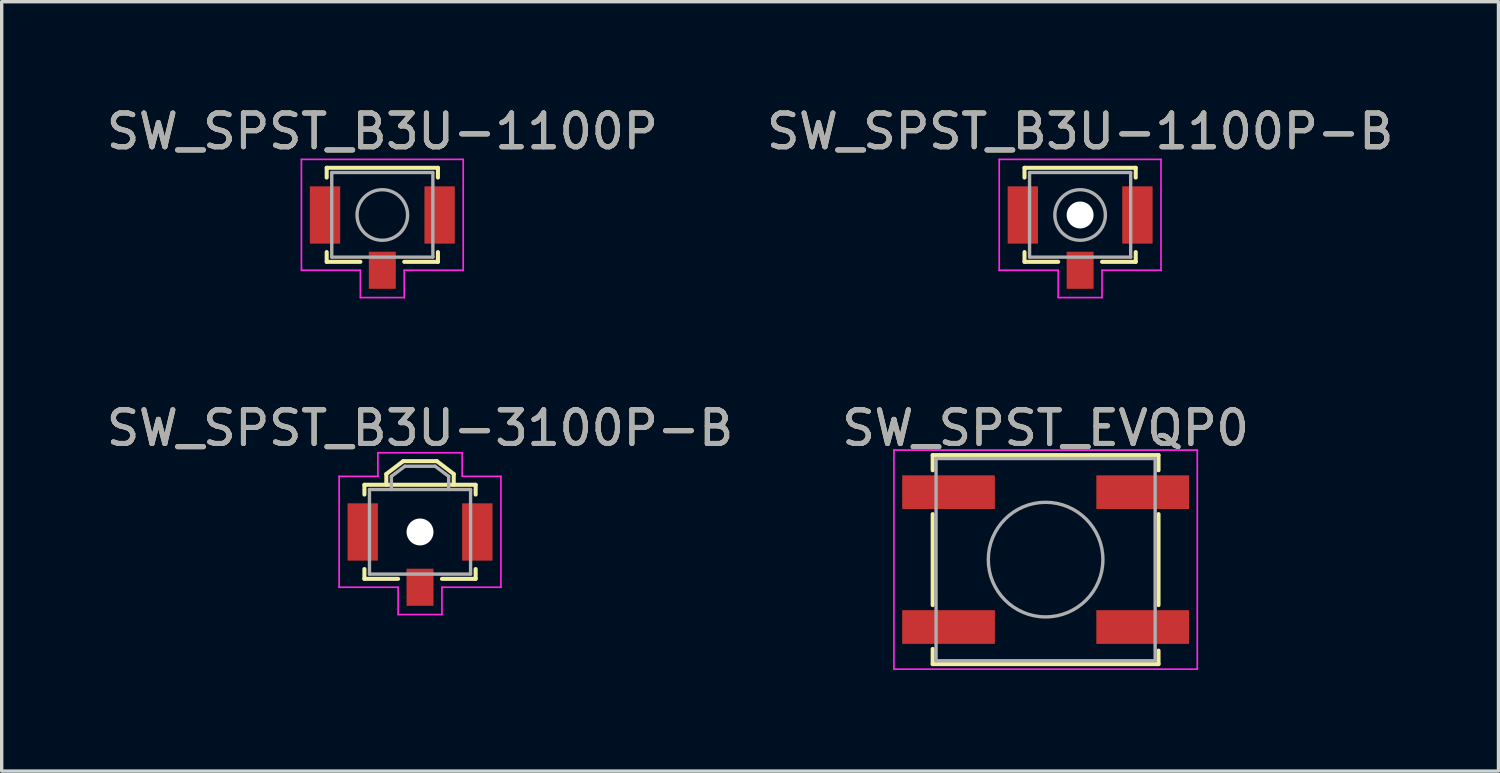
<source format=kicad_pcb>
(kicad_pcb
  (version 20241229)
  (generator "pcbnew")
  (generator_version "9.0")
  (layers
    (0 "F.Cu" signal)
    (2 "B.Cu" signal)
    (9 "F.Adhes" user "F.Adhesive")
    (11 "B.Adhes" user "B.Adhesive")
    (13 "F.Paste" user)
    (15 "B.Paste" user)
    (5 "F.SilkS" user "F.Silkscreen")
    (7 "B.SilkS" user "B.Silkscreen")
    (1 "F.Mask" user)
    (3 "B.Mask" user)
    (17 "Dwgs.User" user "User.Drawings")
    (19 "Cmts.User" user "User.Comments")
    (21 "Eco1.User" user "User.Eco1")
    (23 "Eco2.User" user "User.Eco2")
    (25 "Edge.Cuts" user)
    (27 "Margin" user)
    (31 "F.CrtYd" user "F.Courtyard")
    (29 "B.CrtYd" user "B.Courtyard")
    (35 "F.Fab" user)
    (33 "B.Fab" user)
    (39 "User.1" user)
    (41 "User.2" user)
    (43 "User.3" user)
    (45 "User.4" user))
  (footprint "SW_SPST_EVQP0"
    (layer "F.Cu")
    (at 27.97 13.552)
    (property "Reference" "SW_SPST_EVQP0" (at 0 -3.9 0) (layer "F.SilkS") (effects (font (size 1 1) (thickness 0.15))))
    (attr smd)
    (fp_line (start -3.35 -3.1) (end 3.35 -3.1) (stroke (width 0.12) (type solid)) (layer "F.SilkS"))
    (fp_line (start -3.35 -2.65) (end -3.35 -3.1) (stroke (width 0.12) (type solid)) (layer "F.SilkS"))
    (fp_line (start -3.35 1.35) (end -3.35 -1.35) (stroke (width 0.12) (type solid)) (layer "F.SilkS"))
    (fp_line (start -3.35 2.65) (end -3.35 3.1) (stroke (width 0.12) (type solid)) (layer "F.SilkS"))
    (fp_line (start -3.35 3.1) (end 3.35 3.1) (stroke (width 0.12) (type solid)) (layer "F.SilkS"))
    (fp_line (start 3.35 -3.1) (end 3.35 -2.65) (stroke (width 0.12) (type solid)) (layer "F.SilkS"))
    (fp_line (start 3.35 -1.35) (end 3.35 1.35) (stroke (width 0.12) (type solid)) (layer "F.SilkS"))
    (fp_line (start 3.35 3.1) (end 3.35 2.7) (stroke (width 0.12) (type solid)) (layer "F.SilkS"))
    (fp_line (start -4.5 -3.25) (end 4.5 -3.25) (stroke (width 0.05) (type solid)) (layer "F.CrtYd"))
    (fp_line (start -4.5 3.25) (end -4.5 -3.25) (stroke (width 0.05) (type solid)) (layer "F.CrtYd"))
    (fp_line (start 4.5 -3.25) (end 4.5 3.25) (stroke (width 0.05) (type solid)) (layer "F.CrtYd"))
    (fp_line (start 4.5 3.25) (end -4.5 3.25) (stroke (width 0.05) (type solid)) (layer "F.CrtYd"))
    (fp_line (start -3.25 -3) (end 3.25 -3) (stroke (width 0.1) (type solid)) (layer "F.Fab"))
    (fp_line (start -3.25 3) (end -3.25 -3) (stroke (width 0.1) (type solid)) (layer "F.Fab"))
    (fp_line (start 3.25 -3) (end 3.25 3) (stroke (width 0.1) (type solid)) (layer "F.Fab"))
    (fp_line (start 3.25 3) (end -3.25 3) (stroke (width 0.1) (type solid)) (layer "F.Fab"))
    (fp_circle (center 0 0) (end 1.7 0) (stroke (width 0.1) (type solid)) (fill no) (layer "F.Fab"))
    (fp_text user "${REFERENCE}" (at 0 -3.9 0) (layer "F.Fab") (effects (font (size 1 1) (thickness 0.15))))
    (pad "1" smd rect (at -2.88 -2) (size 2.75 1) (layers "F.Cu" "F.Mask" "F.Paste"))
    (pad "1" smd rect (at 2.88 -2) (size 2.75 1) (layers "F.Cu" "F.Mask" "F.Paste"))
    (pad "2" smd rect (at -2.88 2) (size 2.75 1) (layers "F.Cu" "F.Mask" "F.Paste"))
    (pad "2" smd rect (at 2.88 2) (size 2.75 1) (layers "F.Cu" "F.Mask" "F.Paste")))
  (footprint "SW_SPST_B3U-1100P-B"
    (layer "F.Cu")
    (at 28.994 4.148)
    (property "Reference" "SW_SPST_B3U-1100P-B" (at 0 -3.3 0) (layer "F.SilkS") (effects (font (size 1 1) (thickness 0.15))))
    (attr smd)
    (fp_line (start -1.65 -2.22) (end 1.65 -2.22) (stroke (width 0.12) (type solid)) (layer "F.SilkS"))
    (fp_line (start -1.65 -1.93) (end -1.65 -2.22) (stroke (width 0.12) (type solid)) (layer "F.SilkS"))
    (fp_line (start -1.65 0.28) (end -1.65 0.57) (stroke (width 0.12) (type solid)) (layer "F.SilkS"))
    (fp_line (start -1.65 0.57) (end -0.65 0.57) (stroke (width 0.12) (type solid)) (layer "F.SilkS"))
    (fp_line (start 1.65 -2.22) (end 1.65 -1.93) (stroke (width 0.12) (type solid)) (layer "F.SilkS"))
    (fp_line (start 1.65 0.57) (end 0.65 0.57) (stroke (width 0.12) (type solid)) (layer "F.SilkS"))
    (fp_line (start 1.65 0.57) (end 1.65 0.28) (stroke (width 0.12) (type solid)) (layer "F.SilkS"))
    (fp_line (start -2.4 -2.47) (end -2.4 0.82) (stroke (width 0.05) (type solid)) (layer "F.CrtYd"))
    (fp_line (start -2.4 0.82) (end -0.65 0.82) (stroke (width 0.05) (type solid)) (layer "F.CrtYd"))
    (fp_line (start -0.65 0.82) (end -0.65 1.63) (stroke (width 0.05) (type solid)) (layer "F.CrtYd"))
    (fp_line (start -0.65 1.63) (end 0.65 1.63) (stroke (width 0.05) (type solid)) (layer "F.CrtYd"))
    (fp_line (start 0.65 0.82) (end 2.4 0.82) (stroke (width 0.05) (type solid)) (layer "F.CrtYd"))
    (fp_line (start 0.65 1.63) (end 0.65 0.82) (stroke (width 0.05) (type solid)) (layer "F.CrtYd"))
    (fp_line (start 2.4 -2.47) (end -2.4 -2.47) (stroke (width 0.05) (type solid)) (layer "F.CrtYd"))
    (fp_line (start 2.4 0.82) (end 2.4 -2.47) (stroke (width 0.05) (type solid)) (layer "F.CrtYd"))
    (fp_line (start -1.5 -2.08) (end 1.5 -2.08) (stroke (width 0.1) (type solid)) (layer "F.Fab"))
    (fp_line (start -1.5 0.43) (end -1.5 -2.08) (stroke (width 0.1) (type solid)) (layer "F.Fab"))
    (fp_line (start 1.5 -2.08) (end 1.5 0.43) (stroke (width 0.1) (type solid)) (layer "F.Fab"))
    (fp_line (start 1.5 0.43) (end -1.5 0.43) (stroke (width 0.1) (type solid)) (layer "F.Fab"))
    (fp_circle (center 0 -0.82) (end 0.75 -0.82) (stroke (width 0.1) (type solid)) (fill no) (layer "F.Fab"))
    (fp_text user "${REFERENCE}" (at 0 -3.3 0) (layer "F.Fab") (effects (font (size 1 1) (thickness 0.15))))
    (pad "" np_thru_hole circle (at 0 -0.82) (size 0.8 0.8) (drill 0.8) (layers "*.Cu" "*.Mask"))
    (pad "1" smd rect (at -1.7 -0.82) (size 0.9 1.7) (layers "F.Cu" "F.Mask" "F.Paste"))
    (pad "2" smd rect (at 1.7 -0.82) (size 0.9 1.7) (layers "F.Cu" "F.Mask" "F.Paste"))
    (pad "3" smd rect (at 0 0.82) (size 0.8 1.1) (layers "F.Cu" "F.Mask" "F.Paste")))
  (footprint "SW_SPST_B3U-3100P-B"
    (layer "F.Cu")
    (at 9.411 13.552)
    (property "Reference" "SW_SPST_B3U-3100P-B" (at 0 -3.9 0) (layer "F.SilkS") (effects (font (size 1 1) (thickness 0.15))))
    (attr smd)
    (fp_line (start -1.65 -2.22) (end 1.65 -2.22) (stroke (width 0.12) (type solid)) (layer "F.SilkS"))
    (fp_line (start -1.65 -1.93) (end -1.65 -2.22) (stroke (width 0.12) (type solid)) (layer "F.SilkS"))
    (fp_line (start -1.65 0.28) (end -1.65 0.57) (stroke (width 0.12) (type solid)) (layer "F.SilkS"))
    (fp_line (start -1.65 0.57) (end -0.65 0.57) (stroke (width 0.12) (type solid)) (layer "F.SilkS"))
    (fp_line (start -1 -2.54) (end -1 -2.22) (stroke (width 0.12) (type solid)) (layer "F.SilkS"))
    (fp_line (start -0.5 -2.92) (end -1 -2.54) (stroke (width 0.12) (type solid)) (layer "F.SilkS"))
    (fp_line (start -0.5 -2.92) (end 0.5 -2.92) (stroke (width 0.12) (type solid)) (layer "F.SilkS"))
    (fp_line (start 0.5 -2.92) (end 1 -2.54) (stroke (width 0.12) (type solid)) (layer "F.SilkS"))
    (fp_line (start 1 -2.54) (end 1 -2.22) (stroke (width 0.12) (type solid)) (layer "F.SilkS"))
    (fp_line (start 1.65 -2.22) (end 1.65 -1.93) (stroke (width 0.12) (type solid)) (layer "F.SilkS"))
    (fp_line (start 1.65 0.57) (end 0.65 0.57) (stroke (width 0.12) (type solid)) (layer "F.SilkS"))
    (fp_line (start 1.65 0.57) (end 1.65 0.28) (stroke (width 0.12) (type solid)) (layer "F.SilkS"))
    (fp_line (start -2.4 -2.47) (end -2.4 0.82) (stroke (width 0.05) (type solid)) (layer "F.CrtYd"))
    (fp_line (start -2.4 0.82) (end -0.65 0.82) (stroke (width 0.05) (type solid)) (layer "F.CrtYd"))
    (fp_line (start -1.25 -3.17) (end 1.25 -3.17) (stroke (width 0.05) (type solid)) (layer "F.CrtYd"))
    (fp_line (start -1.25 -2.47) (end -2.4 -2.47) (stroke (width 0.05) (type solid)) (layer "F.CrtYd"))
    (fp_line (start -1.25 -2.47) (end -1.25 -3.17) (stroke (width 0.05) (type solid)) (layer "F.CrtYd"))
    (fp_line (start -0.65 0.82) (end -0.65 1.63) (stroke (width 0.05) (type solid)) (layer "F.CrtYd"))
    (fp_line (start -0.65 1.63) (end 0.65 1.63) (stroke (width 0.05) (type solid)) (layer "F.CrtYd"))
    (fp_line (start 0.65 0.82) (end 2.4 0.82) (stroke (width 0.05) (type solid)) (layer "F.CrtYd"))
    (fp_line (start 0.65 1.63) (end 0.65 0.82) (stroke (width 0.05) (type solid)) (layer "F.CrtYd"))
    (fp_line (start 1.25 -3.17) (end 1.25 -2.47) (stroke (width 0.05) (type solid)) (layer "F.CrtYd"))
    (fp_line (start 1.25 -2.47) (end 2.4 -2.47) (stroke (width 0.05) (type solid)) (layer "F.CrtYd"))
    (fp_line (start 2.4 0.82) (end 2.4 -2.47) (stroke (width 0.05) (type solid)) (layer "F.CrtYd"))
    (fp_line (start -1.5 -2.08) (end 1.5 -2.08) (stroke (width 0.1) (type solid)) (layer "F.Fab"))
    (fp_line (start -1.5 0.43) (end -1.5 -2.08) (stroke (width 0.1) (type solid)) (layer "F.Fab"))
    (fp_line (start -0.85 -2.47) (end -0.45 -2.77) (stroke (width 0.1) (type solid)) (layer "F.Fab"))
    (fp_line (start -0.85 -2.08) (end -0.85 -2.47) (stroke (width 0.1) (type solid)) (layer "F.Fab"))
    (fp_line (start -0.45 -2.77) (end 0.45 -2.77) (stroke (width 0.1) (type solid)) (layer "F.Fab"))
    (fp_line (start 0.45 -2.77) (end 0.85 -2.47) (stroke (width 0.1) (type solid)) (layer "F.Fab"))
    (fp_line (start 0.85 -2.47) (end 0.85 -2.08) (stroke (width 0.1) (type solid)) (layer "F.Fab"))
    (fp_line (start 1.5 -2.08) (end 1.5 0.43) (stroke (width 0.1) (type solid)) (layer "F.Fab"))
    (fp_line (start 1.5 0.43) (end -1.5 0.43) (stroke (width 0.1) (type solid)) (layer "F.Fab"))
    (fp_text user "${REFERENCE}" (at 0 -3.9 0) (layer "F.Fab") (effects (font (size 1 1) (thickness 0.15))))
    (pad "" np_thru_hole circle (at 0 -0.82) (size 0.8 0.8) (drill 0.8) (layers "*.Cu" "*.Mask"))
    (pad "1" smd rect (at -1.7 -0.82) (size 0.9 1.7) (layers "F.Cu" "F.Mask" "F.Paste"))
    (pad "2" smd rect (at 1.7 -0.82) (size 0.9 1.7) (layers "F.Cu" "F.Mask" "F.Paste"))
    (pad "3" smd rect (at 0 0.82) (size 0.8 1.1) (layers "F.Cu" "F.Mask" "F.Paste")))
  (footprint "SW_SPST_B3U-1100P"
    (layer "F.Cu")
    (at 8.292 4.148)
    (property "Reference" "SW_SPST_B3U-1100P" (at 0 -3.3 0) (layer "F.SilkS") (effects (font (size 1 1) (thickness 0.15))))
    (attr smd)
    (fp_line (start -1.65 -2.22) (end 1.65 -2.22) (stroke (width 0.12) (type solid)) (layer "F.SilkS"))
    (fp_line (start -1.65 -1.93) (end -1.65 -2.22) (stroke (width 0.12) (type solid)) (layer "F.SilkS"))
    (fp_line (start -1.65 0.28) (end -1.65 0.57) (stroke (width 0.12) (type solid)) (layer "F.SilkS"))
    (fp_line (start -1.65 0.57) (end -0.65 0.57) (stroke (width 0.12) (type solid)) (layer "F.SilkS"))
    (fp_line (start 1.65 -2.22) (end 1.65 -1.93) (stroke (width 0.12) (type solid)) (layer "F.SilkS"))
    (fp_line (start 1.65 0.57) (end 0.65 0.57) (stroke (width 0.12) (type solid)) (layer "F.SilkS"))
    (fp_line (start 1.65 0.57) (end 1.65 0.28) (stroke (width 0.12) (type solid)) (layer "F.SilkS"))
    (fp_line (start -2.4 -2.47) (end -2.4 0.82) (stroke (width 0.05) (type solid)) (layer "F.CrtYd"))
    (fp_line (start -2.4 0.82) (end -0.65 0.82) (stroke (width 0.05) (type solid)) (layer "F.CrtYd"))
    (fp_line (start -0.65 0.82) (end -0.65 1.63) (stroke (width 0.05) (type solid)) (layer "F.CrtYd"))
    (fp_line (start -0.65 1.63) (end 0.65 1.63) (stroke (width 0.05) (type solid)) (layer "F.CrtYd"))
    (fp_line (start 0.65 0.82) (end 2.4 0.82) (stroke (width 0.05) (type solid)) (layer "F.CrtYd"))
    (fp_line (start 0.65 1.63) (end 0.65 0.82) (stroke (width 0.05) (type solid)) (layer "F.CrtYd"))
    (fp_line (start 2.4 -2.47) (end -2.4 -2.47) (stroke (width 0.05) (type solid)) (layer "F.CrtYd"))
    (fp_line (start 2.4 0.82) (end 2.4 -2.47) (stroke (width 0.05) (type solid)) (layer "F.CrtYd"))
    (fp_line (start -1.5 -2.08) (end 1.5 -2.08) (stroke (width 0.1) (type solid)) (layer "F.Fab"))
    (fp_line (start -1.5 0.43) (end -1.5 -2.08) (stroke (width 0.1) (type solid)) (layer "F.Fab"))
    (fp_line (start 1.5 -2.08) (end 1.5 0.43) (stroke (width 0.1) (type solid)) (layer "F.Fab"))
    (fp_line (start 1.5 0.43) (end -1.5 0.43) (stroke (width 0.1) (type solid)) (layer "F.Fab"))
    (fp_circle (center 0 -0.82) (end 0.75 -0.82) (stroke (width 0.1) (type solid)) (fill no) (layer "F.Fab"))
    (fp_text user "${REFERENCE}" (at 0 -3.3 0) (layer "F.Fab") (effects (font (size 1 1) (thickness 0.15))))
    (pad "1" smd rect (at -1.7 -0.82) (size 0.9 1.7) (layers "F.Cu" "F.Mask" "F.Paste"))
    (pad "2" smd rect (at 1.7 -0.82) (size 0.9 1.7) (layers "F.Cu" "F.Mask" "F.Paste"))
    (pad "3" smd rect (at 0 0.82) (size 0.8 1.1) (layers "F.Cu" "F.Mask" "F.Paste")))
  (gr_rect
    (start -3 -3)
    (end 41.405 19.826)
    (stroke (width 0.1) (type default))
    (fill no)
    (layer "Edge.Cuts")))
</source>
